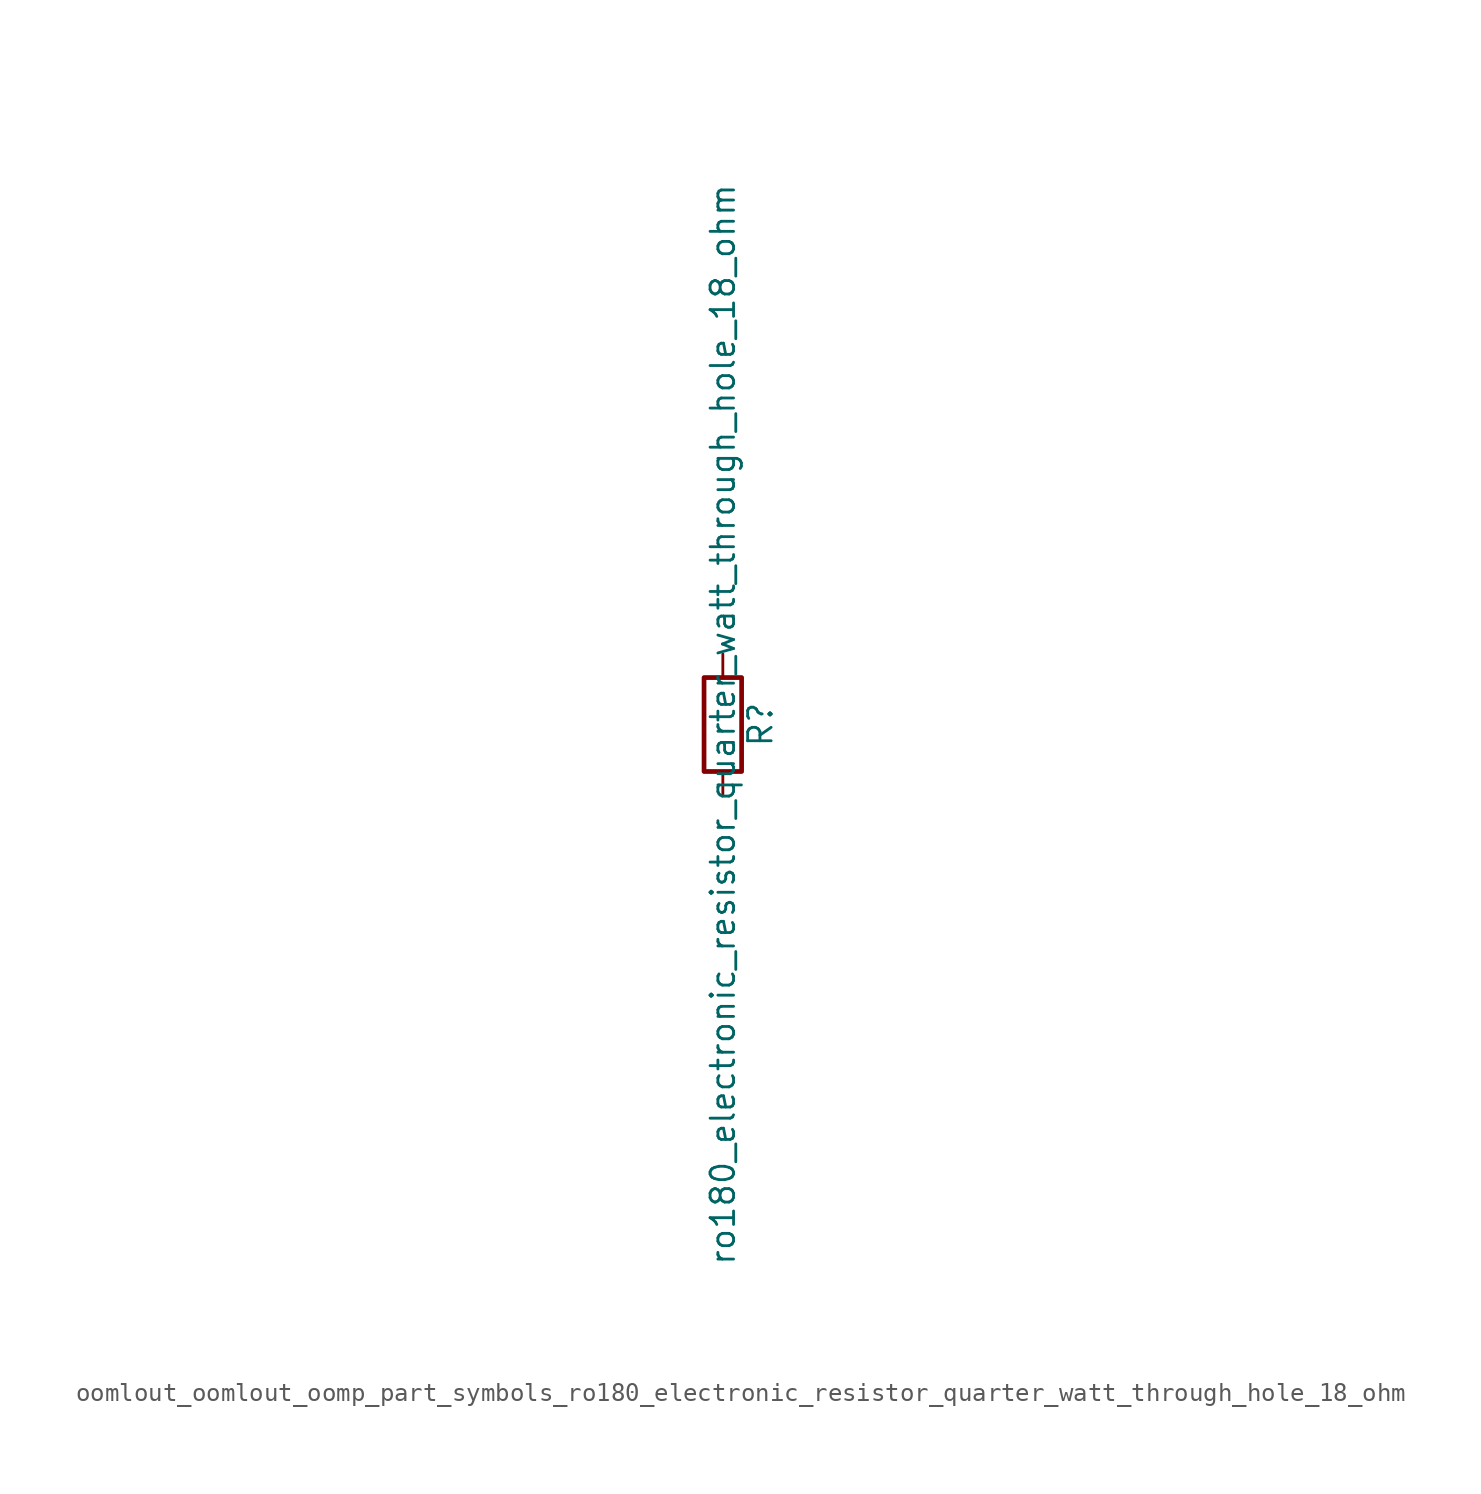
<source format=kicad_sym>
(kicad_symbol_lib
  (version 20220914)
  (generator kicad_symbol_editor)
  (symbol "oomlout_oomlout_oomp_part_symbols_ro180_electronic_resistor_quarter_watt_through_hole_18_ohm"
    (pin_numbers hide)
    (pin_names
      (offset 0))
    (property "Reference" "R"
      (at 2.032 0 90)
      (effects (font (size 1.27 1.27))))
    (property "Value" "ro180_electronic_resistor_quarter_watt_through_hole_18_ohm"
      (at 0 0 90)
      (effects (font (size 1.27 1.27))))
    (symbol "oomlout_oomlout_oomp_part_symbols_ro180_electronic_resistor_quarter_watt_through_hole_18_ohm_0_1"
      (rectangle (start -1.016 -2.54) (end 1.016 2.54) (stroke (width 0.254) (type default)) (fill (type none))))
    (symbol "oomlout_oomlout_oomp_part_symbols_ro180_electronic_resistor_quarter_watt_through_hole_18_ohm_1_1"
      (pin passive line (at 0 3.81 270) (length 1.27) (name "~" (effects (font (size 1.27 1.27)))) (number "1" (effects (font (size 1.27 1.27)))))
      (pin passive line (at 0 -3.81 90) (length 1.27) (name "~" (effects (font (size 1.27 1.27)))) (number "2" (effects (font (size 1.27 1.27))))))))
</source>
